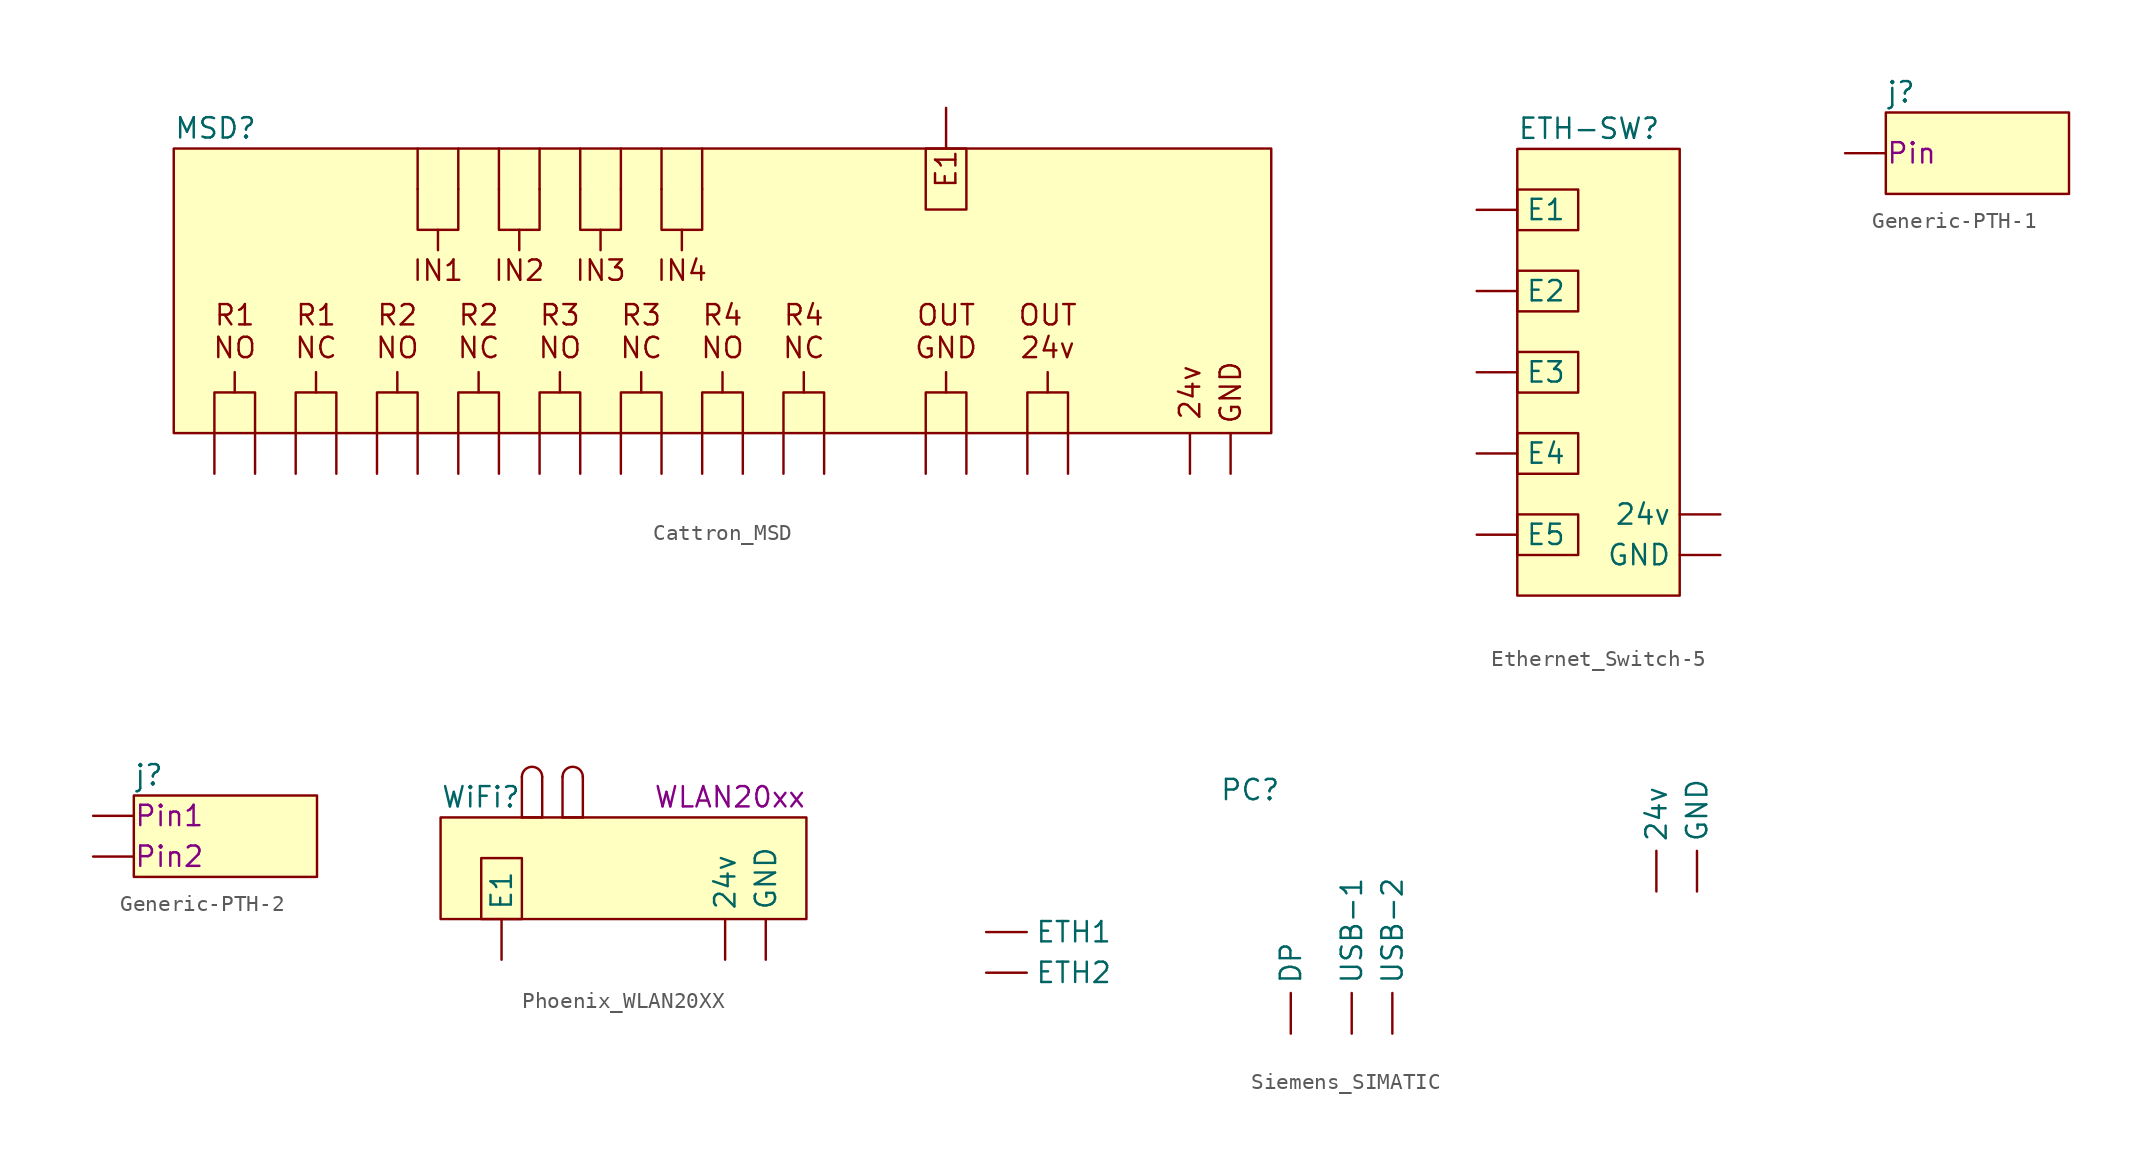
<source format=kicad_sym>
(kicad_symbol_lib
  (version 20220914)
  (generator kicad_symbol_editor)
  (symbol "Cattron_MSD"
    (pin_names hide)
    (property "Reference" "MSD"
      (at -34.29 10.16 0)
      (effects (font (size 1.27 1.27)) (justify left)))
    (property "Value" ""
      (at -31.75 -11.43 90)
      (effects (font (size 1.27 1.27))))
    (symbol "Cattron_MSD_0_0"
      (pin unspecified line (at 19.05 -11.43 90) (length 2.54) (name "24v-Out" (effects (font (size 1.27 1.27)))) (number "" (effects (font (size 1.27 1.27)))))
      (pin unspecified line (at 21.59 -11.43 90) (length 2.54) (name "24v-Out" (effects (font (size 1.27 1.27)))) (number "" (effects (font (size 1.27 1.27)))))
      (pin unspecified line (at 13.97 11.43 270) (length 2.54) (name "E1" (effects (font (size 1.27 1.27)))) (number "" (effects (font (size 1.27 1.27)))))
      (pin unspecified line (at 12.7 -11.43 90) (length 2.54) (name "GND-Out" (effects (font (size 1.27 1.27)))) (number "" (effects (font (size 1.27 1.27)))))
      (pin unspecified line (at 15.24 -11.43 90) (length 2.54) (name "GND-Out" (effects (font (size 1.27 1.27)))) (number "" (effects (font (size 1.27 1.27)))))
      (pin unspecified line (at -19.05 8.89 270) (length 2.54) (name "IN_1" (effects (font (size 1.27 1.27)))) (number "" (effects (font (size 1.27 1.27)))))
      (pin unspecified line (at -16.51 8.89 270) (length 2.54) (name "IN_1" (effects (font (size 1.27 1.27)))) (number "" (effects (font (size 1.27 1.27)))))
      (pin unspecified line (at -13.97 8.89 270) (length 2.54) (name "IN_2" (effects (font (size 1.27 1.27)))) (number "" (effects (font (size 1.27 1.27)))))
      (pin unspecified line (at -11.43 8.89 270) (length 2.54) (name "IN_2" (effects (font (size 1.27 1.27)))) (number "" (effects (font (size 1.27 1.27)))))
      (pin unspecified line (at -8.89 8.89 270) (length 2.54) (name "IN_3" (effects (font (size 1.27 1.27)))) (number "" (effects (font (size 1.27 1.27)))))
      (pin unspecified line (at -6.35 8.89 270) (length 2.54) (name "IN_3" (effects (font (size 1.27 1.27)))) (number "" (effects (font (size 1.27 1.27)))))
      (pin unspecified line (at -3.81 8.89 270) (length 2.54) (name "IN_4" (effects (font (size 1.27 1.27)))) (number "" (effects (font (size 1.27 1.27)))))
      (pin unspecified line (at -1.27 8.89 270) (length 2.54) (name "IN_4" (effects (font (size 1.27 1.27)))) (number "" (effects (font (size 1.27 1.27)))))
      (pin unspecified line (at -26.67 -11.43 90) (length 2.54) (name "R1_NC" (effects (font (size 1.27 1.27)))) (number "" (effects (font (size 1.27 1.27)))))
      (pin unspecified line (at -24.13 -11.43 90) (length 2.54) (name "R1_NC" (effects (font (size 1.27 1.27)))) (number "" (effects (font (size 1.27 1.27)))))
      (pin unspecified line (at -29.21 -11.43 90) (length 2.54) (name "R1_NO" (effects (font (size 1.27 1.27)))) (number "" (effects (font (size 1.27 1.27)))))
      (pin unspecified line (at -16.51 -11.43 90) (length 2.54) (name "R2_NC" (effects (font (size 1.27 1.27)))) (number "" (effects (font (size 1.27 1.27)))))
      (pin unspecified line (at -13.97 -11.43 90) (length 2.54) (name "R2_NC" (effects (font (size 1.27 1.27)))) (number "" (effects (font (size 1.27 1.27)))))
      (pin unspecified line (at -21.59 -11.43 90) (length 2.54) (name "R2_NO" (effects (font (size 1.27 1.27)))) (number "" (effects (font (size 1.27 1.27)))))
      (pin unspecified line (at -19.05 -11.43 90) (length 2.54) (name "R2_NO" (effects (font (size 1.27 1.27)))) (number "" (effects (font (size 1.27 1.27)))))
      (pin unspecified line (at -6.35 -11.43 90) (length 2.54) (name "R3_NC" (effects (font (size 1.27 1.27)))) (number "" (effects (font (size 1.27 1.27)))))
      (pin unspecified line (at -3.81 -11.43 90) (length 2.54) (name "R3_NC" (effects (font (size 1.27 1.27)))) (number "" (effects (font (size 1.27 1.27)))))
      (pin unspecified line (at -11.43 -11.43 90) (length 2.54) (name "R3_NO" (effects (font (size 1.27 1.27)))) (number "" (effects (font (size 1.27 1.27)))))
      (pin unspecified line (at -8.89 -11.43 90) (length 2.54) (name "R3_NO" (effects (font (size 1.27 1.27)))) (number "" (effects (font (size 1.27 1.27)))))
      (pin unspecified line (at 3.81 -11.43 90) (length 2.54) (name "R4_NC" (effects (font (size 1.27 1.27)))) (number "" (effects (font (size 1.27 1.27)))))
      (pin unspecified line (at 6.35 -11.43 90) (length 2.54) (name "R4_NC" (effects (font (size 1.27 1.27)))) (number "" (effects (font (size 1.27 1.27)))))
      (pin unspecified line (at -1.27 -11.43 90) (length 2.54) (name "R4_NO" (effects (font (size 1.27 1.27)))) (number "" (effects (font (size 1.27 1.27)))))
      (pin unspecified line (at 1.27 -11.43 90) (length 2.54) (name "R4_NO" (effects (font (size 1.27 1.27)))) (number "" (effects (font (size 1.27 1.27))))))
    (symbol "Cattron_MSD_1_0"
      (pin unspecified line (at 29.21 -11.43 90) (length 2.54) (name "24v" (effects (font (size 1.27 1.27)))) (number "" (effects (font (size 1.27 1.27)))))
      (pin unspecified line (at 31.75 -11.43 90) (length 2.54) (name "GND" (effects (font (size 1.27 1.27)))) (number "" (effects (font (size 1.27 1.27)))))
      (pin unspecified line (at -31.75 -11.43 90) (length 2.54) (name "R1_NO" (effects (font (size 1.27 1.27)))) (number "" (effects (font (size 1.27 1.27))))))
    (symbol "Cattron_MSD_1_1"
      (rectangle (start -34.29 8.89) (end 34.29 -8.89) (stroke (width 0) (type default)) (fill (type background)))
      (polyline (pts (xy -30.48 -6.35) (xy -30.48 -5.08)) (stroke (width 0) (type default)) (fill (type none)))
      (polyline (pts (xy -25.4 -6.35) (xy -25.4 -5.08)) (stroke (width 0) (type default)) (fill (type none)))
      (polyline (pts (xy -20.32 -6.35) (xy -20.32 -5.08)) (stroke (width 0) (type default)) (fill (type none)))
      (polyline (pts (xy -17.78 3.81) (xy -17.78 2.54)) (stroke (width 0) (type default)) (fill (type none)))
      (polyline (pts (xy -15.24 -6.35) (xy -15.24 -5.08)) (stroke (width 0) (type default)) (fill (type none)))
      (polyline (pts (xy -12.7 3.81) (xy -12.7 2.54)) (stroke (width 0) (type default)) (fill (type none)))
      (polyline (pts (xy -10.16 -6.35) (xy -10.16 -5.08)) (stroke (width 0) (type default)) (fill (type none)))
      (polyline (pts (xy -7.62 3.81) (xy -7.62 2.54)) (stroke (width 0) (type default)) (fill (type none)))
      (polyline (pts (xy -5.08 -6.35) (xy -5.08 -5.08)) (stroke (width 0) (type default)) (fill (type none)))
      (polyline (pts (xy -2.54 3.81) (xy -2.54 2.54)) (stroke (width 0) (type default)) (fill (type none)))
      (polyline (pts (xy 0 -6.35) (xy 0 -5.08)) (stroke (width 0) (type default)) (fill (type none)))
      (polyline (pts (xy 5.08 -6.35) (xy 5.08 -5.08)) (stroke (width 0) (type default)) (fill (type none)))
      (polyline (pts (xy 13.97 -6.35) (xy 13.97 -5.08)) (stroke (width 0) (type default)) (fill (type none)))
      (polyline (pts (xy 20.32 -6.35) (xy 20.32 -5.08)) (stroke (width 0) (type default)) (fill (type none)))
      (polyline (pts (xy -29.21 -8.89) (xy -29.21 -6.35) (xy -31.75 -6.35) (xy -31.75 -8.89)) (stroke (width 0) (type default)) (fill (type none)))
      (polyline (pts (xy -24.13 -8.89) (xy -24.13 -6.35) (xy -26.67 -6.35) (xy -26.67 -8.89)) (stroke (width 0) (type default)) (fill (type none)))
      (polyline (pts (xy -19.05 -8.89) (xy -19.05 -6.35) (xy -21.59 -6.35) (xy -21.59 -8.89)) (stroke (width 0) (type default)) (fill (type none)))
      (polyline (pts (xy -19.05 6.35) (xy -19.05 3.81) (xy -16.51 3.81) (xy -16.51 6.35)) (stroke (width 0) (type default)) (fill (type none)))
      (polyline (pts (xy -13.97 -8.89) (xy -13.97 -6.35) (xy -16.51 -6.35) (xy -16.51 -8.89)) (stroke (width 0) (type default)) (fill (type none)))
      (polyline (pts (xy -13.97 6.35) (xy -13.97 3.81) (xy -11.43 3.81) (xy -11.43 6.35)) (stroke (width 0) (type default)) (fill (type none)))
      (polyline (pts (xy -8.89 -8.89) (xy -8.89 -6.35) (xy -11.43 -6.35) (xy -11.43 -8.89)) (stroke (width 0) (type default)) (fill (type none)))
      (polyline (pts (xy -8.89 6.35) (xy -8.89 3.81) (xy -6.35 3.81) (xy -6.35 6.35)) (stroke (width 0) (type default)) (fill (type none)))
      (polyline (pts (xy -3.81 -8.89) (xy -3.81 -6.35) (xy -6.35 -6.35) (xy -6.35 -8.89)) (stroke (width 0) (type default)) (fill (type none)))
      (polyline (pts (xy -3.81 6.35) (xy -3.81 3.81) (xy -1.27 3.81) (xy -1.27 6.35)) (stroke (width 0) (type default)) (fill (type none)))
      (polyline (pts (xy 1.27 -8.89) (xy 1.27 -6.35) (xy -1.27 -6.35) (xy -1.27 -8.89)) (stroke (width 0) (type default)) (fill (type none)))
      (polyline (pts (xy 6.35 -8.89) (xy 6.35 -6.35) (xy 3.81 -6.35) (xy 3.81 -8.89)) (stroke (width 0) (type default)) (fill (type none)))
      (polyline (pts (xy 15.24 -8.89) (xy 15.24 -6.35) (xy 12.7 -6.35) (xy 12.7 -8.89)) (stroke (width 0) (type default)) (fill (type none)))
      (polyline (pts (xy 21.59 -8.89) (xy 21.59 -6.35) (xy 19.05 -6.35) (xy 19.05 -8.89)) (stroke (width 0) (type default)) (fill (type none)))
      (rectangle (start 12.7 8.89) (end 15.24 5.08) (stroke (width 0) (type default)) (fill (type none)))
      (text "24v" (at 29.21 -6.35 900) (effects (font (size 1.27 1.27))))
      (text "E1" (at 13.97 7.62 900) (effects (font (size 1.27 1.27))))
      (text "GND" (at 31.75 -6.35 900) (effects (font (size 1.27 1.27))))
      (text "IN1" (at -17.78 1.27 0) (effects (font (size 1.27 1.27))))
      (text "IN2" (at -12.7 1.27 0) (effects (font (size 1.27 1.27))))
      (text "IN3" (at -7.62 1.27 0) (effects (font (size 1.27 1.27))))
      (text "IN4" (at -2.54 1.27 0) (effects (font (size 1.27 1.27))))
      (text "OUT\n24v" (at 20.32 -2.54 0) (effects (font (size 1.27 1.27))))
      (text "OUT\nGND" (at 13.97 -2.54 0) (effects (font (size 1.27 1.27))))
      (text "R1\nNC" (at -25.4 -2.54 0) (effects (font (size 1.27 1.27))))
      (text "R1\nNO" (at -30.48 -2.54 0) (effects (font (size 1.27 1.27))))
      (text "R2\nNC" (at -15.24 -2.54 0) (effects (font (size 1.27 1.27))))
      (text "R2\nNO" (at -20.32 -2.54 0) (effects (font (size 1.27 1.27))))
      (text "R3\nNC" (at -5.08 -2.54 0) (effects (font (size 1.27 1.27))))
      (text "R3\nNO" (at -10.16 -2.54 0) (effects (font (size 1.27 1.27))))
      (text "R4\nNC" (at 5.08 -2.54 0) (effects (font (size 1.27 1.27))))
      (text "R4\nNO" (at 0 -2.54 0) (effects (font (size 1.27 1.27))))))
  (symbol "Ethernet_Switch-5"
    (property "Reference" "ETH-SW"
      (at -5.08 15.24 0)
      (effects (font (size 1.27 1.27)) (justify left)))
    (property "Value" ""
      (at -5.08 3.81 0)
      (effects (font (size 1.27 1.27))))
    (symbol "Ethernet_Switch-5_1_0"
      (pin unspecified line (at 7.62 -8.89 180) (length 2.54) (name "24v" (effects (font (size 1.27 1.27)))) (number "" (effects (font (size 1.27 1.27)))))
      (pin unspecified line (at -7.62 10.16 0) (length 2.54) (name "E1" (effects (font (size 1.27 1.27)))) (number "" (effects (font (size 1.27 1.27)))))
      (pin unspecified line (at -7.62 5.08 0) (length 2.54) (name "E2" (effects (font (size 1.27 1.27)))) (number "" (effects (font (size 1.27 1.27)))))
      (pin unspecified line (at -7.62 0 0) (length 2.54) (name "E3" (effects (font (size 1.27 1.27)))) (number "" (effects (font (size 1.27 1.27)))))
      (pin unspecified line (at -7.62 -5.08 0) (length 2.54) (name "E4" (effects (font (size 1.27 1.27)))) (number "" (effects (font (size 1.27 1.27)))))
      (pin unspecified line (at -7.62 -10.16 0) (length 2.54) (name "E5" (effects (font (size 1.27 1.27)))) (number "" (effects (font (size 1.27 1.27)))))
      (pin unspecified line (at 7.62 -11.43 180) (length 2.54) (name "GND" (effects (font (size 1.27 1.27)))) (number "" (effects (font (size 1.27 1.27))))))
    (symbol "Ethernet_Switch-5_1_1"
      (rectangle (start -5.08 -8.89) (end -1.27 -11.43) (stroke (width 0) (type default)) (fill (type none)))
      (rectangle (start -5.08 -3.81) (end -1.27 -6.35) (stroke (width 0) (type default)) (fill (type none)))
      (rectangle (start -5.08 1.27) (end -1.27 -1.27) (stroke (width 0) (type default)) (fill (type none)))
      (rectangle (start -5.08 6.35) (end -1.27 3.81) (stroke (width 0) (type default)) (fill (type none)))
      (rectangle (start -5.08 11.43) (end -1.27 8.89) (stroke (width 0) (type default)) (fill (type none)))
      (rectangle (start -5.08 13.97) (end 5.08 -13.97) (stroke (width 0) (type default)) (fill (type background)))))
  (symbol "Generic-PTH-1"
    (pin_numbers hide)
    (pin_names
      (offset 1.016) hide)
    (property "Reference" "j"
      (at 0 3.81 0)
      (effects (font (size 1.27 1.27)) (justify left)))
    (property "Name" "Pin"
      (at 0 0 0)
      (effects (font (size 1.27 1.27)) (justify left)))
    (symbol "Generic-PTH-1_0_0"
      (pin unspecified line (at -2.54 0 0) (length 2.54) (name "~" (effects (font (size 1.27 1.27)))) (number "1" (effects (font (size 1.27 1.27))))))
    (symbol "Generic-PTH-1_0_1"
      (rectangle (start 0 2.54) (end 11.43 -2.54) (stroke (width 0) (type solid)) (fill (type background)))))
  (symbol "Generic-PTH-2"
    (pin_numbers hide)
    (pin_names
      (offset 1.016) hide)
    (property "Reference" "j"
      (at 0 3.81 0)
      (effects (font (size 1.27 1.27)) (justify left)))
    (property "Name1" "Pin1"
      (at 0 1.27 0)
      (effects (font (size 1.27 1.27)) (justify left)))
    (property "Name2" "Pin2"
      (at 0 -1.27 0)
      (effects (font (size 1.27 1.27)) (justify left)))
    (symbol "Generic-PTH-2_0_0"
      (pin unspecified line (at -2.54 1.27 0) (length 2.54) (name "~" (effects (font (size 1.27 1.27)))) (number "1" (effects (font (size 1.27 1.27)))))
      (pin unspecified line (at -2.54 -1.27 0) (length 2.54) (name "~" (effects (font (size 1.27 1.27)))) (number "2" (effects (font (size 1.27 1.27))))))
    (symbol "Generic-PTH-2_0_1"
      (rectangle (start 0 2.54) (end 11.43 -2.54) (stroke (width 0) (type solid)) (fill (type background)))))
  (symbol "Phoenix_WLAN20XX"
    (property "Reference" "WiFi"
      (at -11.43 3.81 0)
      (effects (font (size 1.27 1.27)) (justify left)))
    (property "Value" ""
      (at 0 0 0)
      (effects (font (size 1.27 1.27))))
    (property "WLAN Model" "WLAN20xx"
      (at 11.43 3.81 0)
      (effects (font (size 1.27 1.27)) (justify right)))
    (symbol "Phoenix_WLAN20XX_0_1"
      (arc (start -5.08 5.08) (mid -5.715 5.7038) (end -6.35 5.08) (stroke (width 0) (type default)) (fill (type none)))
      (arc (start -2.54 5.08) (mid -3.175 5.7038) (end -3.81 5.08) (stroke (width 0) (type default)) (fill (type none)))
      (polyline (pts (xy -6.35 2.54) (xy -5.08 2.54)) (stroke (width 0) (type default)) (fill (type none)))
      (polyline (pts (xy -6.35 5.08) (xy -6.35 2.54)) (stroke (width 0) (type default)) (fill (type none)))
      (polyline (pts (xy -5.08 5.08) (xy -5.08 2.54)) (stroke (width 0) (type default)) (fill (type none)))
      (polyline (pts (xy -3.81 2.54) (xy -2.54 2.54)) (stroke (width 0) (type default)) (fill (type none)))
      (polyline (pts (xy -3.81 5.08) (xy -3.81 2.54)) (stroke (width 0) (type default)) (fill (type none)))
      (polyline (pts (xy -2.54 5.08) (xy -2.54 2.54)) (stroke (width 0) (type default)) (fill (type none))))
    (symbol "Phoenix_WLAN20XX_1_0"
      (pin unspecified line (at 6.35 -6.35 90) (length 2.54) (name "24v" (effects (font (size 1.27 1.27)))) (number "" (effects (font (size 1.27 1.27)))))
      (pin unspecified line (at -7.62 -6.35 90) (length 2.54) (name "E1" (effects (font (size 1.27 1.27)))) (number "" (effects (font (size 1.27 1.27)))))
      (pin unspecified line (at 8.89 -6.35 90) (length 2.54) (name "GND" (effects (font (size 1.27 1.27)))) (number "" (effects (font (size 1.27 1.27))))))
    (symbol "Phoenix_WLAN20XX_1_1"
      (rectangle (start -11.43 2.54) (end 11.43 -3.81) (stroke (width 0) (type default)) (fill (type background)))
      (rectangle (start -8.89 -3.81) (end -6.35 0) (stroke (width 0) (type default)) (fill (type none)))))
  (symbol "Siemens_SIMATIC"
    (property "Reference" "PC"
      (at -2.54 3.81 0)
      (effects (font (size 1.27 1.27))))
    (property "Value" ""
      (at 0 0 0)
      (effects (font (size 1.27 1.27))))
    (symbol "Siemens_SIMATIC_0_0"
      (pin unspecified line (at 22.86 -2.54 90) (length 2.54) (name "24v" (effects (font (size 1.27 1.27)))) (number "" (effects (font (size 1.27 1.27)))))
      (pin unspecified line (at 0 -11.43 90) (length 2.54) (name "DP" (effects (font (size 1.27 1.27)))) (number "" (effects (font (size 1.27 1.27)))))
      (pin unspecified line (at -19.05 -5.08 0) (length 2.54) (name "ETH1" (effects (font (size 1.27 1.27)))) (number "" (effects (font (size 1.27 1.27)))))
      (pin unspecified line (at -19.05 -7.62 0) (length 2.54) (name "ETH2" (effects (font (size 1.27 1.27)))) (number "" (effects (font (size 1.27 1.27)))))
      (pin unspecified line (at 25.4 -2.54 90) (length 2.54) (name "GND" (effects (font (size 1.27 1.27)))) (number "" (effects (font (size 1.27 1.27)))))
      (pin unspecified line (at 3.81 -11.43 90) (length 2.54) (name "USB-1" (effects (font (size 1.27 1.27)))) (number "" (effects (font (size 1.27 1.27)))))
      (pin unspecified line (at 6.35 -11.43 90) (length 2.54) (name "USB-2" (effects (font (size 1.27 1.27)))) (number "" (effects (font (size 1.27 1.27))))))))
</source>
